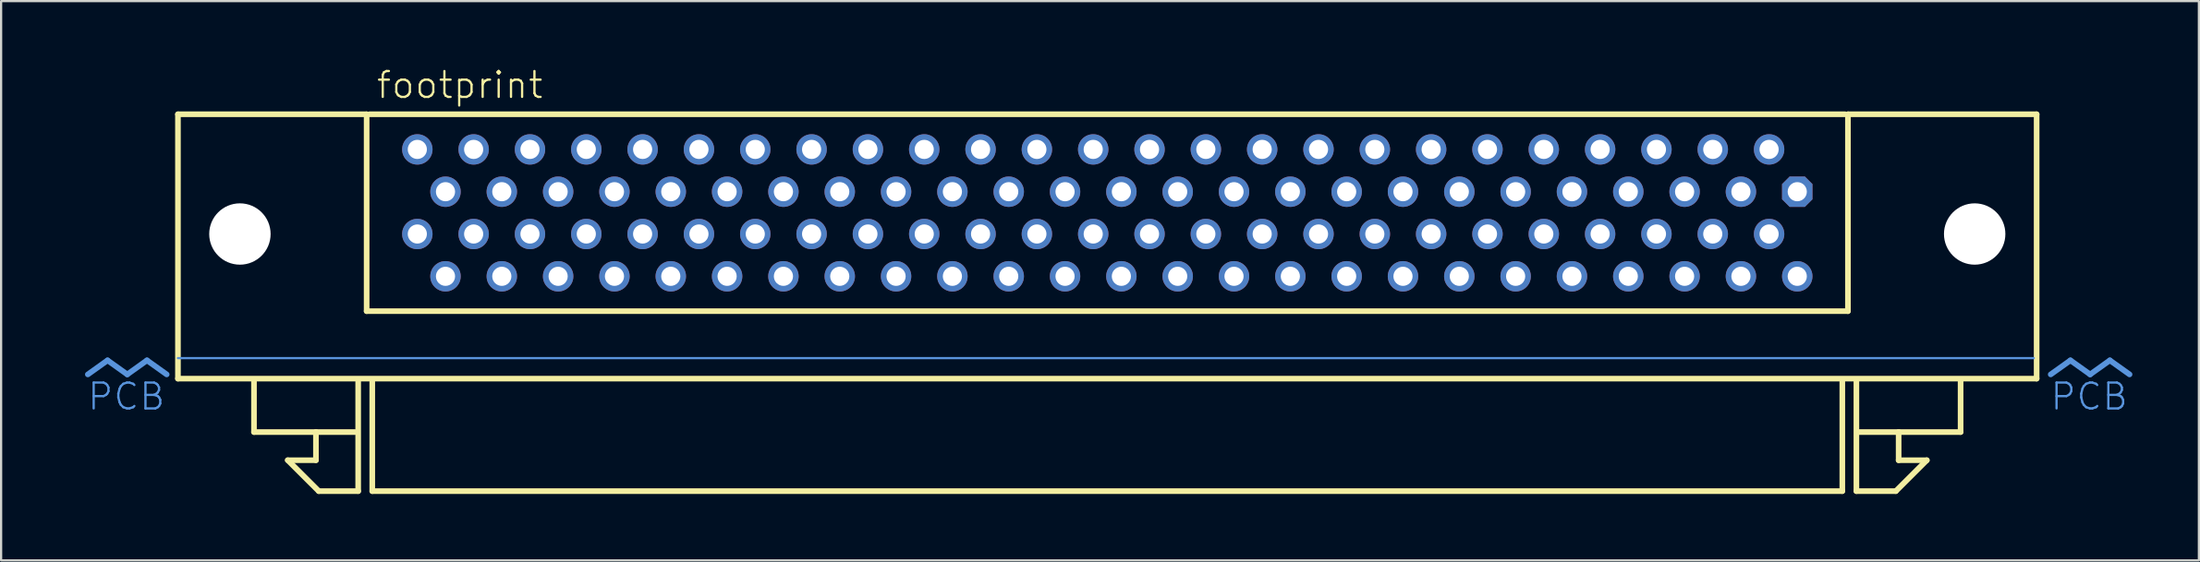
<source format=kicad_pcb>
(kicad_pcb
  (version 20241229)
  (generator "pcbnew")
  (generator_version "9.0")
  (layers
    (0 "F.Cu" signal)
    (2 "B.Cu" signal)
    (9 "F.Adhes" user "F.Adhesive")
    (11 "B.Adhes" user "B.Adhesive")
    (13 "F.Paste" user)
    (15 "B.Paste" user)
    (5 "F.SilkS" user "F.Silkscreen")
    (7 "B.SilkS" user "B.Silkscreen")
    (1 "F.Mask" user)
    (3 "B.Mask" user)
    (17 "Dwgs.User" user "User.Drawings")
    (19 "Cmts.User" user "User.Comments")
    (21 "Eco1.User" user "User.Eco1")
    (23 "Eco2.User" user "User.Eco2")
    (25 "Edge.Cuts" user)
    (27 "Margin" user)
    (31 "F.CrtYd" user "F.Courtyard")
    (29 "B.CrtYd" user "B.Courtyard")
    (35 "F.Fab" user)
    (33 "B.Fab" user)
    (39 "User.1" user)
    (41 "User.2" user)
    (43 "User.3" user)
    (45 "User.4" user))
  (footprint "footprint"
    (layer "F.Cu")
    (at 46.885 12.586)
    (property "Reference" "footprint" (at -33.02 -11.113 0) (layer "F.SilkS") (effects (font (size 1.168 1.168) (thickness 0.102)) (justify left bottom)))
    (fp_line (start -41.91 -10.477) (end -33.401 -10.477) (stroke (width 0.254) (type solid)) (layer "F.SilkS"))
    (fp_line (start -41.91 1.46) (end -41.91 -10.477) (stroke (width 0.254) (type solid)) (layer "F.SilkS"))
    (fp_line (start -38.481 3.873) (end -38.481 1.587) (stroke (width 0.254) (type solid)) (layer "F.SilkS"))
    (fp_line (start -36.957 5.144) (end -35.687 5.144) (stroke (width 0.254) (type solid)) (layer "F.SilkS"))
    (fp_line (start -35.687 3.873) (end -38.481 3.873) (stroke (width 0.254) (type solid)) (layer "F.SilkS"))
    (fp_line (start -35.687 3.873) (end -33.909 3.873) (stroke (width 0.254) (type solid)) (layer "F.SilkS"))
    (fp_line (start -35.687 5.144) (end -35.687 3.873) (stroke (width 0.254) (type solid)) (layer "F.SilkS"))
    (fp_line (start -35.56 6.54) (end -36.957 5.144) (stroke (width 0.254) (type solid)) (layer "F.SilkS"))
    (fp_line (start -33.782 1.587) (end -33.782 6.54) (stroke (width 0.254) (type solid)) (layer "F.SilkS"))
    (fp_line (start -33.782 6.54) (end -35.56 6.54) (stroke (width 0.254) (type solid)) (layer "F.SilkS"))
    (fp_line (start -33.401 -10.477) (end -33.401 -1.587) (stroke (width 0.254) (type solid)) (layer "F.SilkS"))
    (fp_line (start -33.401 -1.587) (end 33.401 -1.587) (stroke (width 0.254) (type solid)) (layer "F.SilkS"))
    (fp_line (start -33.274 -10.477) (end 33.274 -10.477) (stroke (width 0.254) (type solid)) (layer "F.SilkS"))
    (fp_line (start -33.147 6.54) (end -33.147 1.587) (stroke (width 0.254) (type solid)) (layer "F.SilkS"))
    (fp_line (start 33.147 1.587) (end 33.147 6.54) (stroke (width 0.254) (type solid)) (layer "F.SilkS"))
    (fp_line (start 33.147 6.54) (end -33.147 6.54) (stroke (width 0.254) (type solid)) (layer "F.SilkS"))
    (fp_line (start 33.401 -10.477) (end 41.91 -10.477) (stroke (width 0.254) (type solid)) (layer "F.SilkS"))
    (fp_line (start 33.401 -1.587) (end 33.401 -10.477) (stroke (width 0.254) (type solid)) (layer "F.SilkS"))
    (fp_line (start 33.782 1.587) (end 33.782 6.54) (stroke (width 0.254) (type solid)) (layer "F.SilkS"))
    (fp_line (start 33.782 6.54) (end 35.56 6.54) (stroke (width 0.254) (type solid)) (layer "F.SilkS"))
    (fp_line (start 35.56 6.54) (end 36.957 5.144) (stroke (width 0.254) (type solid)) (layer "F.SilkS"))
    (fp_line (start 35.687 3.873) (end 33.909 3.873) (stroke (width 0.254) (type solid)) (layer "F.SilkS"))
    (fp_line (start 35.687 3.873) (end 38.481 3.873) (stroke (width 0.254) (type solid)) (layer "F.SilkS"))
    (fp_line (start 35.687 5.144) (end 35.687 3.873) (stroke (width 0.254) (type solid)) (layer "F.SilkS"))
    (fp_line (start 36.957 5.144) (end 35.687 5.144) (stroke (width 0.254) (type solid)) (layer "F.SilkS"))
    (fp_line (start 38.481 3.873) (end 38.481 1.587) (stroke (width 0.254) (type solid)) (layer "F.SilkS"))
    (fp_line (start 41.91 -10.477) (end 41.91 1.46) (stroke (width 0.254) (type solid)) (layer "F.SilkS"))
    (fp_line (start 41.91 1.46) (end -41.91 1.46) (stroke (width 0.254) (type solid)) (layer "F.SilkS"))
    (fp_line (start -45.085 0.635) (end -45.974 1.27) (stroke (width 0.254) (type solid)) (layer "Cmts.User"))
    (fp_line (start -45.085 0.635) (end -44.196 1.27) (stroke (width 0.254) (type solid)) (layer "Cmts.User"))
    (fp_line (start -43.307 0.635) (end -44.196 1.27) (stroke (width 0.254) (type solid)) (layer "Cmts.User"))
    (fp_line (start -43.307 0.635) (end -42.418 1.27) (stroke (width 0.254) (type solid)) (layer "Cmts.User"))
    (fp_line (start -41.91 0.533) (end 41.783 0.533) (stroke (width 0.1) (type solid)) (layer "Cmts.User"))
    (fp_line (start 43.434 0.635) (end 42.545 1.27) (stroke (width 0.254) (type solid)) (layer "Cmts.User"))
    (fp_line (start 43.434 0.635) (end 44.323 1.27) (stroke (width 0.254) (type solid)) (layer "Cmts.User"))
    (fp_line (start 45.212 0.635) (end 44.323 1.27) (stroke (width 0.254) (type solid)) (layer "Cmts.User"))
    (fp_line (start 45.212 0.635) (end 46.101 1.27) (stroke (width 0.254) (type solid)) (layer "Cmts.User"))
    (fp_text user " PCB" (at -42.418 1.587 0) (layer "Cmts.User") (effects (font (size 1.168 1.168) (thickness 0.102)) (justify right top)))
    (fp_text user "PCB" (at 46.101 1.587 0) (layer "Cmts.User") (effects (font (size 1.168 1.168) (thickness 0.102)) (justify right top)))
    (pad "" np_thru_hole circle (at -39.116 -5.07) (size 2.769 2.769) (drill 2.769) (layers "*.Cu" "*.Mask"))
    (pad "" np_thru_hole circle (at 39.116 -5.07) (size 2.769 2.769) (drill 2.769) (layers "*.Cu" "*.Mask"))
    (pad "1" thru_hole roundrect (at 31.115 -6.98) (size 1.372 1.372) (drill 0.864) (layers "*.Cu" "*.Mask") (roundrect_rratio 0.25) (chamfer_ratio 0.25) (chamfer top_left top_right bottom_left bottom_right))
    (pad "2" thru_hole circle (at 29.845 -8.89) (size 1.372 1.372) (drill 0.864) (layers "*.Cu" "*.Mask"))
    (pad "3" thru_hole circle (at 28.575 -6.98) (size 1.372 1.372) (drill 0.864) (layers "*.Cu" "*.Mask"))
    (pad "4" thru_hole circle (at 27.305 -8.89) (size 1.372 1.372) (drill 0.864) (layers "*.Cu" "*.Mask"))
    (pad "5" thru_hole circle (at 26.035 -6.98) (size 1.372 1.372) (drill 0.864) (layers "*.Cu" "*.Mask"))
    (pad "6" thru_hole circle (at 24.765 -8.89) (size 1.372 1.372) (drill 0.864) (layers "*.Cu" "*.Mask"))
    (pad "7" thru_hole circle (at 23.495 -6.98) (size 1.372 1.372) (drill 0.864) (layers "*.Cu" "*.Mask"))
    (pad "8" thru_hole circle (at 22.225 -8.89) (size 1.372 1.372) (drill 0.864) (layers "*.Cu" "*.Mask"))
    (pad "9" thru_hole circle (at 20.955 -6.98) (size 1.372 1.372) (drill 0.864) (layers "*.Cu" "*.Mask"))
    (pad "10" thru_hole circle (at 19.685 -8.89) (size 1.372 1.372) (drill 0.864) (layers "*.Cu" "*.Mask"))
    (pad "11" thru_hole circle (at 18.415 -6.98) (size 1.372 1.372) (drill 0.864) (layers "*.Cu" "*.Mask"))
    (pad "12" thru_hole circle (at 17.145 -8.89) (size 1.372 1.372) (drill 0.864) (layers "*.Cu" "*.Mask"))
    (pad "13" thru_hole circle (at 15.875 -6.98) (size 1.372 1.372) (drill 0.864) (layers "*.Cu" "*.Mask"))
    (pad "14" thru_hole circle (at 14.605 -8.89) (size 1.372 1.372) (drill 0.864) (layers "*.Cu" "*.Mask"))
    (pad "15" thru_hole circle (at 13.335 -6.98) (size 1.372 1.372) (drill 0.864) (layers "*.Cu" "*.Mask"))
    (pad "16" thru_hole circle (at 12.065 -8.89) (size 1.372 1.372) (drill 0.864) (layers "*.Cu" "*.Mask"))
    (pad "17" thru_hole circle (at 10.795 -6.98) (size 1.372 1.372) (drill 0.864) (layers "*.Cu" "*.Mask"))
    (pad "18" thru_hole circle (at 9.525 -8.89) (size 1.372 1.372) (drill 0.864) (layers "*.Cu" "*.Mask"))
    (pad "19" thru_hole circle (at 8.255 -6.98) (size 1.372 1.372) (drill 0.864) (layers "*.Cu" "*.Mask"))
    (pad "20" thru_hole circle (at 6.985 -8.89) (size 1.372 1.372) (drill 0.864) (layers "*.Cu" "*.Mask"))
    (pad "21" thru_hole circle (at 5.715 -6.98) (size 1.372 1.372) (drill 0.864) (layers "*.Cu" "*.Mask"))
    (pad "22" thru_hole circle (at 4.445 -8.89) (size 1.372 1.372) (drill 0.864) (layers "*.Cu" "*.Mask"))
    (pad "23" thru_hole circle (at 3.175 -6.98) (size 1.372 1.372) (drill 0.864) (layers "*.Cu" "*.Mask"))
    (pad "24" thru_hole circle (at 1.905 -8.89) (size 1.372 1.372) (drill 0.864) (layers "*.Cu" "*.Mask"))
    (pad "25" thru_hole circle (at 0.635 -6.98) (size 1.372 1.372) (drill 0.864) (layers "*.Cu" "*.Mask"))
    (pad "26" thru_hole circle (at -0.635 -8.89) (size 1.372 1.372) (drill 0.864) (layers "*.Cu" "*.Mask"))
    (pad "27" thru_hole circle (at -1.905 -6.98) (size 1.372 1.372) (drill 0.864) (layers "*.Cu" "*.Mask"))
    (pad "28" thru_hole circle (at -3.175 -8.89) (size 1.372 1.372) (drill 0.864) (layers "*.Cu" "*.Mask"))
    (pad "29" thru_hole circle (at -4.445 -6.98) (size 1.372 1.372) (drill 0.864) (layers "*.Cu" "*.Mask"))
    (pad "30" thru_hole circle (at -5.715 -8.89) (size 1.372 1.372) (drill 0.864) (layers "*.Cu" "*.Mask"))
    (pad "31" thru_hole circle (at -6.985 -6.98) (size 1.372 1.372) (drill 0.864) (layers "*.Cu" "*.Mask"))
    (pad "32" thru_hole circle (at -8.255 -8.89) (size 1.372 1.372) (drill 0.864) (layers "*.Cu" "*.Mask"))
    (pad "33" thru_hole circle (at -9.525 -6.98) (size 1.372 1.372) (drill 0.864) (layers "*.Cu" "*.Mask"))
    (pad "34" thru_hole circle (at -10.795 -8.89) (size 1.372 1.372) (drill 0.864) (layers "*.Cu" "*.Mask"))
    (pad "35" thru_hole circle (at -12.065 -6.98) (size 1.372 1.372) (drill 0.864) (layers "*.Cu" "*.Mask"))
    (pad "36" thru_hole circle (at -13.335 -8.89) (size 1.372 1.372) (drill 0.864) (layers "*.Cu" "*.Mask"))
    (pad "37" thru_hole circle (at -14.605 -6.98) (size 1.372 1.372) (drill 0.864) (layers "*.Cu" "*.Mask"))
    (pad "38" thru_hole circle (at -15.875 -8.89) (size 1.372 1.372) (drill 0.864) (layers "*.Cu" "*.Mask"))
    (pad "39" thru_hole circle (at -17.145 -6.98) (size 1.372 1.372) (drill 0.864) (layers "*.Cu" "*.Mask"))
    (pad "40" thru_hole circle (at -18.415 -8.89) (size 1.372 1.372) (drill 0.864) (layers "*.Cu" "*.Mask"))
    (pad "41" thru_hole circle (at -19.685 -6.98) (size 1.372 1.372) (drill 0.864) (layers "*.Cu" "*.Mask"))
    (pad "42" thru_hole circle (at -20.955 -8.89) (size 1.372 1.372) (drill 0.864) (layers "*.Cu" "*.Mask"))
    (pad "43" thru_hole circle (at -22.225 -6.98) (size 1.372 1.372) (drill 0.864) (layers "*.Cu" "*.Mask"))
    (pad "44" thru_hole circle (at -23.495 -8.89) (size 1.372 1.372) (drill 0.864) (layers "*.Cu" "*.Mask"))
    (pad "45" thru_hole circle (at -24.765 -6.98) (size 1.372 1.372) (drill 0.864) (layers "*.Cu" "*.Mask"))
    (pad "46" thru_hole circle (at -26.035 -8.89) (size 1.372 1.372) (drill 0.864) (layers "*.Cu" "*.Mask"))
    (pad "47" thru_hole circle (at -27.305 -6.98) (size 1.372 1.372) (drill 0.864) (layers "*.Cu" "*.Mask"))
    (pad "48" thru_hole circle (at -28.575 -8.89) (size 1.372 1.372) (drill 0.864) (layers "*.Cu" "*.Mask"))
    (pad "49" thru_hole circle (at -29.845 -6.98) (size 1.372 1.372) (drill 0.864) (layers "*.Cu" "*.Mask"))
    (pad "50" thru_hole circle (at -31.115 -8.89) (size 1.372 1.372) (drill 0.864) (layers "*.Cu" "*.Mask"))
    (pad "51" thru_hole circle (at 31.115 -3.16) (size 1.372 1.372) (drill 0.864) (layers "*.Cu" "*.Mask"))
    (pad "52" thru_hole circle (at 29.845 -5.07) (size 1.372 1.372) (drill 0.864) (layers "*.Cu" "*.Mask"))
    (pad "53" thru_hole circle (at 28.575 -3.16) (size 1.372 1.372) (drill 0.864) (layers "*.Cu" "*.Mask"))
    (pad "54" thru_hole circle (at 27.305 -5.07) (size 1.372 1.372) (drill 0.864) (layers "*.Cu" "*.Mask"))
    (pad "55" thru_hole circle (at 26.035 -3.16) (size 1.372 1.372) (drill 0.864) (layers "*.Cu" "*.Mask"))
    (pad "56" thru_hole circle (at 24.765 -5.07) (size 1.372 1.372) (drill 0.864) (layers "*.Cu" "*.Mask"))
    (pad "57" thru_hole circle (at 23.495 -3.16) (size 1.372 1.372) (drill 0.864) (layers "*.Cu" "*.Mask"))
    (pad "58" thru_hole circle (at 22.225 -5.07) (size 1.372 1.372) (drill 0.864) (layers "*.Cu" "*.Mask"))
    (pad "59" thru_hole circle (at 20.955 -3.16) (size 1.372 1.372) (drill 0.864) (layers "*.Cu" "*.Mask"))
    (pad "60" thru_hole circle (at 19.685 -5.07) (size 1.372 1.372) (drill 0.864) (layers "*.Cu" "*.Mask"))
    (pad "61" thru_hole circle (at 18.415 -3.16) (size 1.372 1.372) (drill 0.864) (layers "*.Cu" "*.Mask"))
    (pad "62" thru_hole circle (at 17.145 -5.07) (size 1.372 1.372) (drill 0.864) (layers "*.Cu" "*.Mask"))
    (pad "63" thru_hole circle (at 15.875 -3.16) (size 1.372 1.372) (drill 0.864) (layers "*.Cu" "*.Mask"))
    (pad "64" thru_hole circle (at 14.605 -5.07) (size 1.372 1.372) (drill 0.864) (layers "*.Cu" "*.Mask"))
    (pad "65" thru_hole circle (at 13.335 -3.16) (size 1.372 1.372) (drill 0.864) (layers "*.Cu" "*.Mask"))
    (pad "66" thru_hole circle (at 12.065 -5.07) (size 1.372 1.372) (drill 0.864) (layers "*.Cu" "*.Mask"))
    (pad "67" thru_hole circle (at 10.795 -3.16) (size 1.372 1.372) (drill 0.864) (layers "*.Cu" "*.Mask"))
    (pad "68" thru_hole circle (at 9.525 -5.07) (size 1.372 1.372) (drill 0.864) (layers "*.Cu" "*.Mask"))
    (pad "69" thru_hole circle (at 8.255 -3.16) (size 1.372 1.372) (drill 0.864) (layers "*.Cu" "*.Mask"))
    (pad "70" thru_hole circle (at 6.985 -5.07) (size 1.372 1.372) (drill 0.864) (layers "*.Cu" "*.Mask"))
    (pad "71" thru_hole circle (at 5.715 -3.16) (size 1.372 1.372) (drill 0.864) (layers "*.Cu" "*.Mask"))
    (pad "72" thru_hole circle (at 4.445 -5.07) (size 1.372 1.372) (drill 0.864) (layers "*.Cu" "*.Mask"))
    (pad "73" thru_hole circle (at 3.175 -3.16) (size 1.372 1.372) (drill 0.864) (layers "*.Cu" "*.Mask"))
    (pad "74" thru_hole circle (at 1.905 -5.07) (size 1.372 1.372) (drill 0.864) (layers "*.Cu" "*.Mask"))
    (pad "75" thru_hole circle (at 0.635 -3.16) (size 1.372 1.372) (drill 0.864) (layers "*.Cu" "*.Mask"))
    (pad "76" thru_hole circle (at -0.635 -5.07) (size 1.372 1.372) (drill 0.864) (layers "*.Cu" "*.Mask"))
    (pad "77" thru_hole circle (at -1.905 -3.16) (size 1.372 1.372) (drill 0.864) (layers "*.Cu" "*.Mask"))
    (pad "78" thru_hole circle (at -3.175 -5.07) (size 1.372 1.372) (drill 0.864) (layers "*.Cu" "*.Mask"))
    (pad "79" thru_hole circle (at -4.445 -3.16) (size 1.372 1.372) (drill 0.864) (layers "*.Cu" "*.Mask"))
    (pad "80" thru_hole circle (at -5.715 -5.07) (size 1.372 1.372) (drill 0.864) (layers "*.Cu" "*.Mask"))
    (pad "81" thru_hole circle (at -6.985 -3.16) (size 1.372 1.372) (drill 0.864) (layers "*.Cu" "*.Mask"))
    (pad "82" thru_hole circle (at -8.255 -5.07) (size 1.372 1.372) (drill 0.864) (layers "*.Cu" "*.Mask"))
    (pad "83" thru_hole circle (at -9.525 -3.16) (size 1.372 1.372) (drill 0.864) (layers "*.Cu" "*.Mask"))
    (pad "84" thru_hole circle (at -10.795 -5.07) (size 1.372 1.372) (drill 0.864) (layers "*.Cu" "*.Mask"))
    (pad "85" thru_hole circle (at -12.065 -3.16) (size 1.372 1.372) (drill 0.864) (layers "*.Cu" "*.Mask"))
    (pad "86" thru_hole circle (at -13.335 -5.07) (size 1.372 1.372) (drill 0.864) (layers "*.Cu" "*.Mask"))
    (pad "87" thru_hole circle (at -14.605 -3.16) (size 1.372 1.372) (drill 0.864) (layers "*.Cu" "*.Mask"))
    (pad "88" thru_hole circle (at -15.875 -5.07) (size 1.372 1.372) (drill 0.864) (layers "*.Cu" "*.Mask"))
    (pad "89" thru_hole circle (at -17.145 -3.16) (size 1.372 1.372) (drill 0.864) (layers "*.Cu" "*.Mask"))
    (pad "90" thru_hole circle (at -18.415 -5.07) (size 1.372 1.372) (drill 0.864) (layers "*.Cu" "*.Mask"))
    (pad "91" thru_hole circle (at -19.685 -3.16) (size 1.372 1.372) (drill 0.864) (layers "*.Cu" "*.Mask"))
    (pad "92" thru_hole circle (at -20.955 -5.07) (size 1.372 1.372) (drill 0.864) (layers "*.Cu" "*.Mask"))
    (pad "93" thru_hole circle (at -22.225 -3.16) (size 1.372 1.372) (drill 0.864) (layers "*.Cu" "*.Mask"))
    (pad "94" thru_hole circle (at -23.495 -5.07) (size 1.372 1.372) (drill 0.864) (layers "*.Cu" "*.Mask"))
    (pad "95" thru_hole circle (at -24.765 -3.16) (size 1.372 1.372) (drill 0.864) (layers "*.Cu" "*.Mask"))
    (pad "96" thru_hole circle (at -26.035 -5.07) (size 1.372 1.372) (drill 0.864) (layers "*.Cu" "*.Mask"))
    (pad "97" thru_hole circle (at -27.305 -3.16) (size 1.372 1.372) (drill 0.864) (layers "*.Cu" "*.Mask"))
    (pad "98" thru_hole circle (at -28.575 -5.07) (size 1.372 1.372) (drill 0.864) (layers "*.Cu" "*.Mask"))
    (pad "99" thru_hole circle (at -29.845 -3.16) (size 1.372 1.372) (drill 0.864) (layers "*.Cu" "*.Mask"))
    (pad "100" thru_hole circle (at -31.115 -5.07) (size 1.372 1.372) (drill 0.864) (layers "*.Cu" "*.Mask")))
  (gr_rect
    (start -3 -3)
    (end 96.113 22.253)
    (stroke (width 0.1) (type default))
    (fill no)
    (layer "Edge.Cuts")))
</source>
